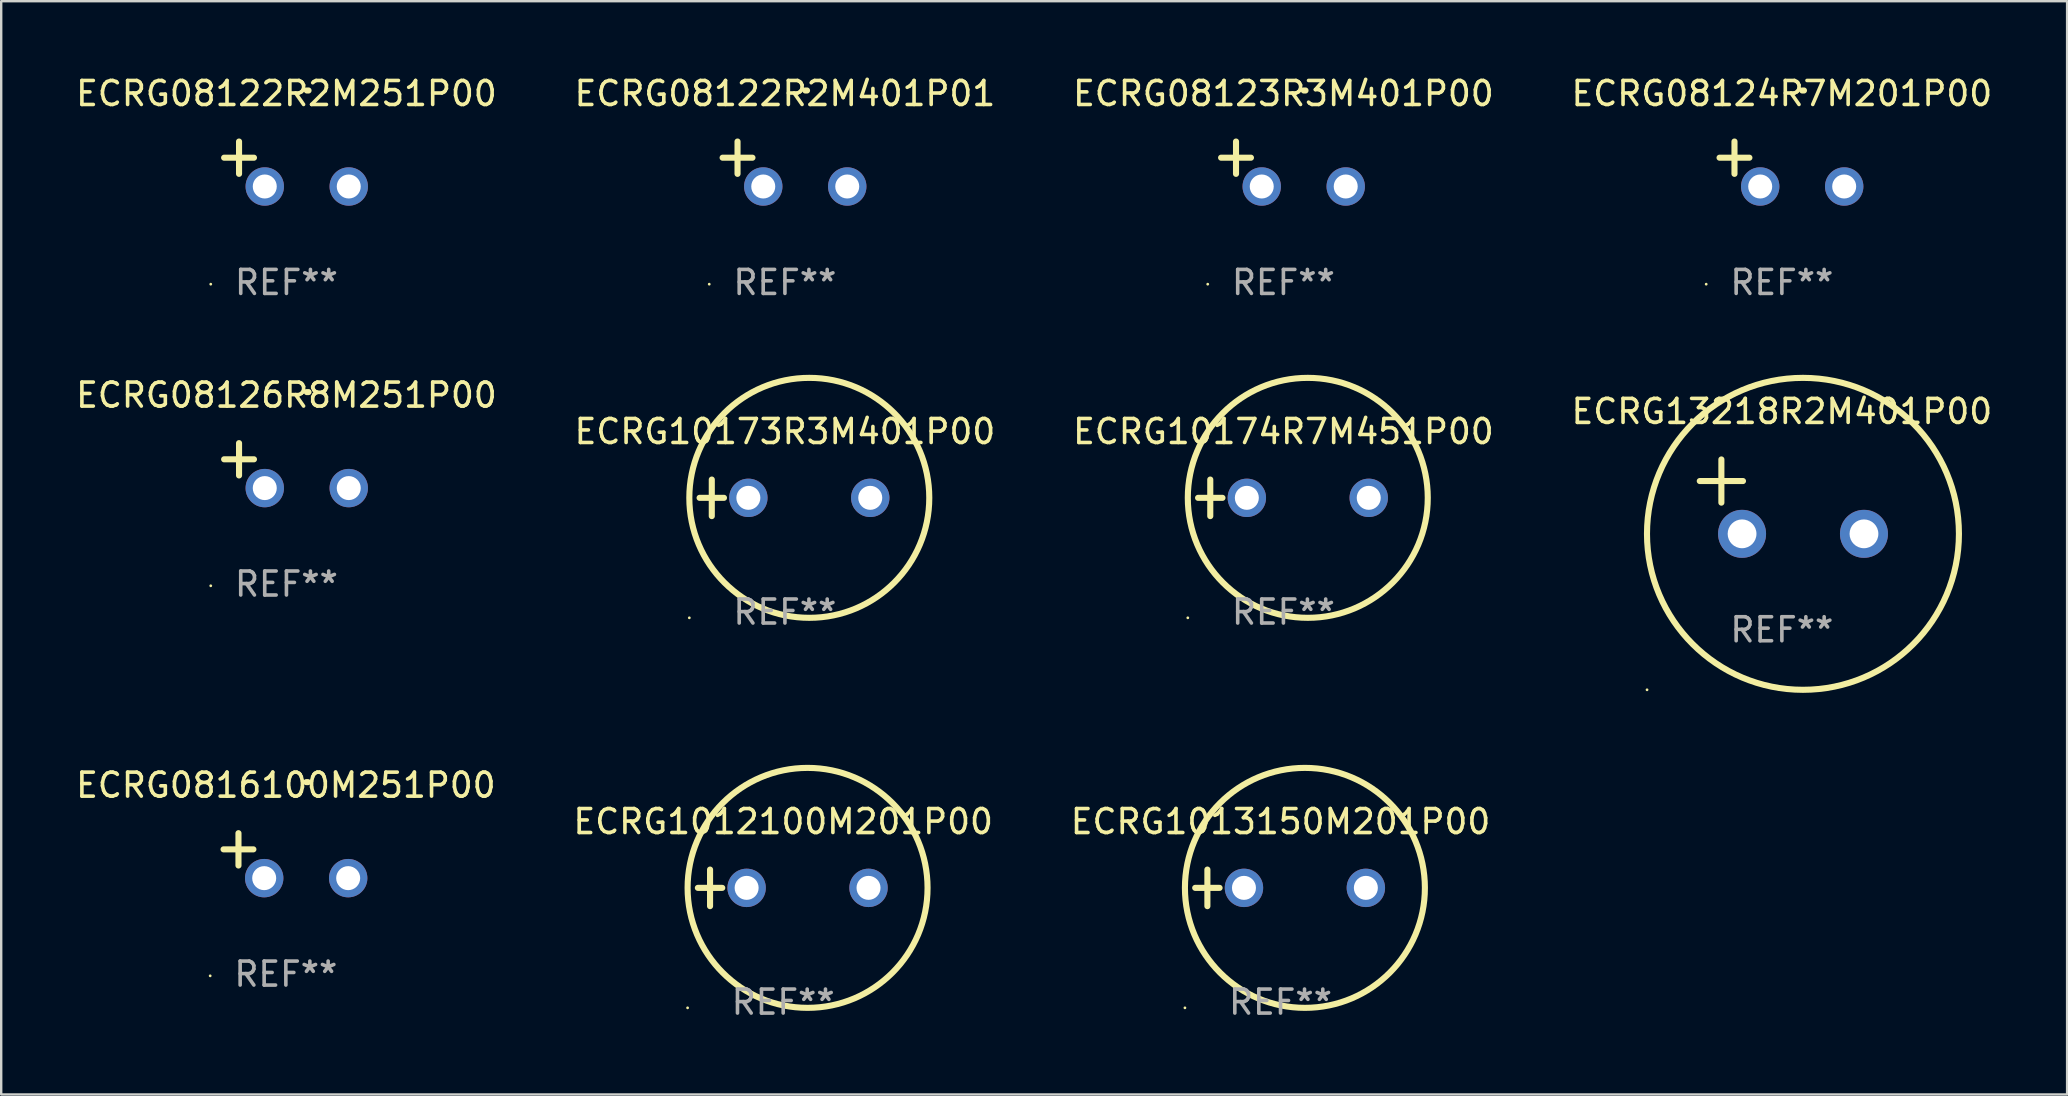
<source format=kicad_pcb>
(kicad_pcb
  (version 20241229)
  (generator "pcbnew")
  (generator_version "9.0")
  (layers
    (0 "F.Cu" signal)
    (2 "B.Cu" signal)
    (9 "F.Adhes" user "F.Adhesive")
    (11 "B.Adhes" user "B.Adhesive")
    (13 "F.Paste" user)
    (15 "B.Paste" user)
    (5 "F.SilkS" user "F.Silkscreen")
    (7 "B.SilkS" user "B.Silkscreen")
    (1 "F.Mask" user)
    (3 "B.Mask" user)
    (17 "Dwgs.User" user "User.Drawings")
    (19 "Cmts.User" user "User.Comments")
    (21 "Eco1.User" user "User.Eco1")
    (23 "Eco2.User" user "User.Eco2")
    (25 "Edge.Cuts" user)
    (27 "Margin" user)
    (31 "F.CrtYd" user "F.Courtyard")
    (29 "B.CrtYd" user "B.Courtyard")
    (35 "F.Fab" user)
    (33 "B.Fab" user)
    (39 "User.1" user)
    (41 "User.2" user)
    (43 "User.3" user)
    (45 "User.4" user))
  (footprint "ECRG1013150M201P00"
    (layer "F.Cu")
    (at 50.315 33.951)
    (property "Reference" "ECRG1013150M201P00" (at 0 -2.762 0) (layer "F.SilkS") (effects (font (size 1 1) (thickness 0.15))))
    (attr through_hole)
    (fp_line (start -3.556 0) (end -2.54 0) (stroke (width 0.254) (type solid)) (layer "F.SilkS"))
    (fp_line (start -3.048 -0.762) (end -3.048 0.762) (stroke (width 0.254) (type solid)) (layer "F.SilkS"))
    (fp_circle (center -3.984 5) (end -3.954 5) (stroke (width 0.06) (type solid)) (fill no) (layer "F.SilkS"))
    (fp_circle (center 1.016 0) (end 6.016 0) (stroke (width 0.254) (type solid)) (fill no) (layer "F.SilkS"))
    (fp_text user "REF**" (at 0 4.762 0) (layer "F.Fab") (effects (font (size 1 1) (thickness 0.15))))
    (pad "1" thru_hole circle (at -1.524 0) (size 1.6 1.6) (drill 1) (layers "*.Cu" "*.Mask"))
    (pad "2" thru_hole circle (at 3.556 0) (size 1.6 1.6) (drill 1) (layers "*.Cu" "*.Mask")))
  (footprint "ECRG08122R2M401P01"
    (layer "F.Cu")
    (at 29.661 3.785)
    (property "Reference" "ECRG08122R2M401P01" (at 0 -2.937 0) (layer "F.SilkS") (effects (font (size 1 1) (thickness 0.15))))
    (attr through_hole)
    (fp_line (start -1.975 0.41) (end -1.975 -0.937) (stroke (width 0.254) (type solid)) (layer "F.SilkS"))
    (fp_line (start -1.353 -0.263) (end -2.597 -0.263) (stroke (width 0.254) (type solid)) (layer "F.SilkS"))
    (fp_arc (start 0.849809 -3.063957) (mid 0.885369 -3.064114) (end 0.920929 -3.063957) (stroke (width 0.254001) (type solid)) (layer "F.SilkS"))
    (fp_circle (center -3.154 5.008) (end -3.124 5.008) (stroke (width 0.06) (type solid)) (fill no) (layer "F.SilkS"))
    (fp_text user "REF**" (at 0 4.937 0) (layer "F.Fab") (effects (font (size 1 1) (thickness 0.15))))
    (pad "1" thru_hole circle (at -0.903 0.937) (size 1.6 1.6) (drill 1) (layers "*.Cu" "*.Mask"))
    (pad "2" thru_hole circle (at 2.597 0.937) (size 1.6 1.6) (drill 1) (layers "*.Cu" "*.Mask")))
  (footprint "ECRG08123R3M401P00"
    (layer "F.Cu")
    (at 50.435 3.785)
    (property "Reference" "ECRG08123R3M401P00" (at 0 -2.937 0) (layer "F.SilkS") (effects (font (size 1 1) (thickness 0.15))))
    (attr through_hole)
    (fp_line (start -1.975 0.41) (end -1.975 -0.937) (stroke (width 0.254) (type solid)) (layer "F.SilkS"))
    (fp_line (start -1.353 -0.263) (end -2.597 -0.263) (stroke (width 0.254) (type solid)) (layer "F.SilkS"))
    (fp_arc (start 0.849809 -3.063957) (mid 0.885369 -3.064114) (end 0.920929 -3.063957) (stroke (width 0.254001) (type solid)) (layer "F.SilkS"))
    (fp_circle (center -3.154 5.008) (end -3.124 5.008) (stroke (width 0.06) (type solid)) (fill no) (layer "F.SilkS"))
    (fp_text user "REF**" (at 0 4.937 0) (layer "F.Fab") (effects (font (size 1 1) (thickness 0.15))))
    (pad "1" thru_hole circle (at -0.903 0.937) (size 1.6 1.6) (drill 1) (layers "*.Cu" "*.Mask"))
    (pad "2" thru_hole circle (at 2.597 0.937) (size 1.6 1.6) (drill 1) (layers "*.Cu" "*.Mask")))
  (footprint "ECRG1012100M201P00"
    (layer "F.Cu")
    (at 29.589 33.951)
    (property "Reference" "ECRG1012100M201P00" (at 0 -2.762 0) (layer "F.SilkS") (effects (font (size 1 1) (thickness 0.15))))
    (attr through_hole)
    (fp_line (start -3.556 0) (end -2.54 0) (stroke (width 0.254) (type solid)) (layer "F.SilkS"))
    (fp_line (start -3.048 -0.762) (end -3.048 0.762) (stroke (width 0.254) (type solid)) (layer "F.SilkS"))
    (fp_circle (center -3.984 5) (end -3.954 5) (stroke (width 0.06) (type solid)) (fill no) (layer "F.SilkS"))
    (fp_circle (center 1.016 0) (end 6.016 0) (stroke (width 0.254) (type solid)) (fill no) (layer "F.SilkS"))
    (fp_text user "REF**" (at 0 4.762 0) (layer "F.Fab") (effects (font (size 1 1) (thickness 0.15))))
    (pad "1" thru_hole circle (at -1.524 0) (size 1.6 1.6) (drill 1) (layers "*.Cu" "*.Mask"))
    (pad "2" thru_hole circle (at 3.556 0) (size 1.6 1.6) (drill 1) (layers "*.Cu" "*.Mask")))
  (footprint "ECRG08124R7M201P00"
    (layer "F.Cu")
    (at 71.208 3.785)
    (property "Reference" "ECRG08124R7M201P00" (at 0 -2.937 0) (layer "F.SilkS") (effects (font (size 1 1) (thickness 0.15))))
    (attr through_hole)
    (fp_line (start -1.975 0.41) (end -1.975 -0.937) (stroke (width 0.254) (type solid)) (layer "F.SilkS"))
    (fp_line (start -1.353 -0.263) (end -2.597 -0.263) (stroke (width 0.254) (type solid)) (layer "F.SilkS"))
    (fp_arc (start 0.849809 -3.063957) (mid 0.885369 -3.064114) (end 0.920929 -3.063957) (stroke (width 0.254001) (type solid)) (layer "F.SilkS"))
    (fp_circle (center -3.154 5.008) (end -3.124 5.008) (stroke (width 0.06) (type solid)) (fill no) (layer "F.SilkS"))
    (fp_text user "REF**" (at 0 4.937 0) (layer "F.Fab") (effects (font (size 1 1) (thickness 0.15))))
    (pad "1" thru_hole circle (at -0.903 0.937) (size 1.6 1.6) (drill 1) (layers "*.Cu" "*.Mask"))
    (pad "2" thru_hole circle (at 2.597 0.937) (size 1.6 1.6) (drill 1) (layers "*.Cu" "*.Mask")))
  (footprint "ECRG08122R2M251P00"
    (layer "F.Cu")
    (at 8.887 3.785)
    (property "Reference" "ECRG08122R2M251P00" (at 0 -2.937 0) (layer "F.SilkS") (effects (font (size 1 1) (thickness 0.15))))
    (attr through_hole)
    (fp_line (start -1.975 0.41) (end -1.975 -0.937) (stroke (width 0.254) (type solid)) (layer "F.SilkS"))
    (fp_line (start -1.353 -0.263) (end -2.597 -0.263) (stroke (width 0.254) (type solid)) (layer "F.SilkS"))
    (fp_arc (start 0.849809 -3.063957) (mid 0.885369 -3.064114) (end 0.920929 -3.063957) (stroke (width 0.254001) (type solid)) (layer "F.SilkS"))
    (fp_circle (center -3.154 5.008) (end -3.124 5.008) (stroke (width 0.06) (type solid)) (fill no) (layer "F.SilkS"))
    (fp_text user "REF**" (at 0 4.937 0) (layer "F.Fab") (effects (font (size 1 1) (thickness 0.15))))
    (pad "1" thru_hole circle (at -0.903 0.937) (size 1.6 1.6) (drill 1) (layers "*.Cu" "*.Mask"))
    (pad "2" thru_hole circle (at 2.597 0.937) (size 1.6 1.6) (drill 1) (layers "*.Cu" "*.Mask")))
  (footprint "ECRG08126R8M251P00"
    (layer "F.Cu")
    (at 8.887 16.354)
    (property "Reference" "ECRG08126R8M251P00" (at 0 -2.937 0) (layer "F.SilkS") (effects (font (size 1 1) (thickness 0.15))))
    (attr through_hole)
    (fp_line (start -1.975 0.41) (end -1.975 -0.937) (stroke (width 0.254) (type solid)) (layer "F.SilkS"))
    (fp_line (start -1.353 -0.263) (end -2.597 -0.263) (stroke (width 0.254) (type solid)) (layer "F.SilkS"))
    (fp_arc (start 0.849809 -3.063957) (mid 0.885369 -3.064114) (end 0.920929 -3.063957) (stroke (width 0.254001) (type solid)) (layer "F.SilkS"))
    (fp_circle (center -3.154 5.008) (end -3.124 5.008) (stroke (width 0.06) (type solid)) (fill no) (layer "F.SilkS"))
    (fp_text user "REF**" (at 0 4.937 0) (layer "F.Fab") (effects (font (size 1 1) (thickness 0.15))))
    (pad "1" thru_hole circle (at -0.903 0.937) (size 1.6 1.6) (drill 1) (layers "*.Cu" "*.Mask"))
    (pad "2" thru_hole circle (at 2.597 0.937) (size 1.6 1.6) (drill 1) (layers "*.Cu" "*.Mask")))
  (footprint "ECRG10174R7M451P00"
    (layer "F.Cu")
    (at 50.435 17.697)
    (property "Reference" "ECRG10174R7M451P00" (at 0 -2.762 0) (layer "F.SilkS") (effects (font (size 1 1) (thickness 0.15))))
    (attr through_hole)
    (fp_line (start -3.556 0) (end -2.54 0) (stroke (width 0.254) (type solid)) (layer "F.SilkS"))
    (fp_line (start -3.048 -0.762) (end -3.048 0.762) (stroke (width 0.254) (type solid)) (layer "F.SilkS"))
    (fp_circle (center -3.984 5) (end -3.954 5) (stroke (width 0.06) (type solid)) (fill no) (layer "F.SilkS"))
    (fp_circle (center 1.016 0) (end 6.016 0) (stroke (width 0.254) (type solid)) (fill no) (layer "F.SilkS"))
    (fp_text user "REF**" (at 0 4.762 0) (layer "F.Fab") (effects (font (size 1 1) (thickness 0.15))))
    (pad "1" thru_hole circle (at -1.524 0) (size 1.6 1.6) (drill 1) (layers "*.Cu" "*.Mask"))
    (pad "2" thru_hole circle (at 3.556 0) (size 1.6 1.6) (drill 1) (layers "*.Cu" "*.Mask")))
  (footprint "ECRG13218R2M401P00"
    (layer "F.Cu")
    (at 71.208 17.647)
    (property "Reference" "ECRG13218R2M401P00" (at 0 -3.55 0) (layer "F.SilkS") (effects (font (size 1 1) (thickness 0.15))))
    (attr through_hole)
    (fp_line (start -3.421 -0.65) (end -1.621 -0.65) (stroke (width 0.254) (type solid)) (layer "F.SilkS"))
    (fp_line (start -2.521 -1.55) (end -2.521 0.25) (stroke (width 0.254) (type solid)) (layer "F.SilkS"))
    (fp_circle (center -5.619 8.05) (end -5.589 8.05) (stroke (width 0.06) (type solid)) (fill no) (layer "F.SilkS"))
    (fp_circle (center 0.879 1.55) (end 7.379 1.55) (stroke (width 0.254) (type solid)) (fill no) (layer "F.SilkS"))
    (fp_text user "REF**" (at 0 5.55 0) (layer "F.Fab") (effects (font (size 1 1) (thickness 0.15))))
    (pad "1" thru_hole circle (at -1.659 1.55) (size 2 2) (drill 1.2) (layers "*.Cu" "*.Mask"))
    (pad "2" thru_hole circle (at 3.421 1.55) (size 2 2) (drill 1.2) (layers "*.Cu" "*.Mask")))
  (footprint "ECRG0816100M251P00"
    (layer "F.Cu")
    (at 8.863 32.609)
    (property "Reference" "ECRG0816100M251P00" (at 0 -2.937 0) (layer "F.SilkS") (effects (font (size 1 1) (thickness 0.15))))
    (attr through_hole)
    (fp_line (start -1.975 0.41) (end -1.975 -0.937) (stroke (width 0.254) (type solid)) (layer "F.SilkS"))
    (fp_line (start -1.353 -0.263) (end -2.597 -0.263) (stroke (width 0.254) (type solid)) (layer "F.SilkS"))
    (fp_arc (start 0.849809 -3.063957) (mid 0.885369 -3.064114) (end 0.920929 -3.063957) (stroke (width 0.254001) (type solid)) (layer "F.SilkS"))
    (fp_circle (center -3.154 5.008) (end -3.124 5.008) (stroke (width 0.06) (type solid)) (fill no) (layer "F.SilkS"))
    (fp_text user "REF**" (at 0 4.937 0) (layer "F.Fab") (effects (font (size 1 1) (thickness 0.15))))
    (pad "1" thru_hole circle (at -0.903 0.937) (size 1.6 1.6) (drill 1) (layers "*.Cu" "*.Mask"))
    (pad "2" thru_hole circle (at 2.597 0.937) (size 1.6 1.6) (drill 1) (layers "*.Cu" "*.Mask")))
  (footprint "ECRG10173R3M401P00"
    (layer "F.Cu")
    (at 29.661 17.697)
    (property "Reference" "ECRG10173R3M401P00" (at 0 -2.762 0) (layer "F.SilkS") (effects (font (size 1 1) (thickness 0.15))))
    (attr through_hole)
    (fp_line (start -3.556 0) (end -2.54 0) (stroke (width 0.254) (type solid)) (layer "F.SilkS"))
    (fp_line (start -3.048 -0.762) (end -3.048 0.762) (stroke (width 0.254) (type solid)) (layer "F.SilkS"))
    (fp_circle (center -3.984 5) (end -3.954 5) (stroke (width 0.06) (type solid)) (fill no) (layer "F.SilkS"))
    (fp_circle (center 1.016 0) (end 6.016 0) (stroke (width 0.254) (type solid)) (fill no) (layer "F.SilkS"))
    (fp_text user "REF**" (at 0 4.762 0) (layer "F.Fab") (effects (font (size 1 1) (thickness 0.15))))
    (pad "1" thru_hole circle (at -1.524 0) (size 1.6 1.6) (drill 1) (layers "*.Cu" "*.Mask"))
    (pad "2" thru_hole circle (at 3.556 0) (size 1.6 1.6) (drill 1) (layers "*.Cu" "*.Mask")))
  (gr_rect
    (start -3 -3)
    (end 83.095 42.561)
    (stroke (width 0.1) (type default))
    (fill no)
    (layer "Edge.Cuts")))
</source>
